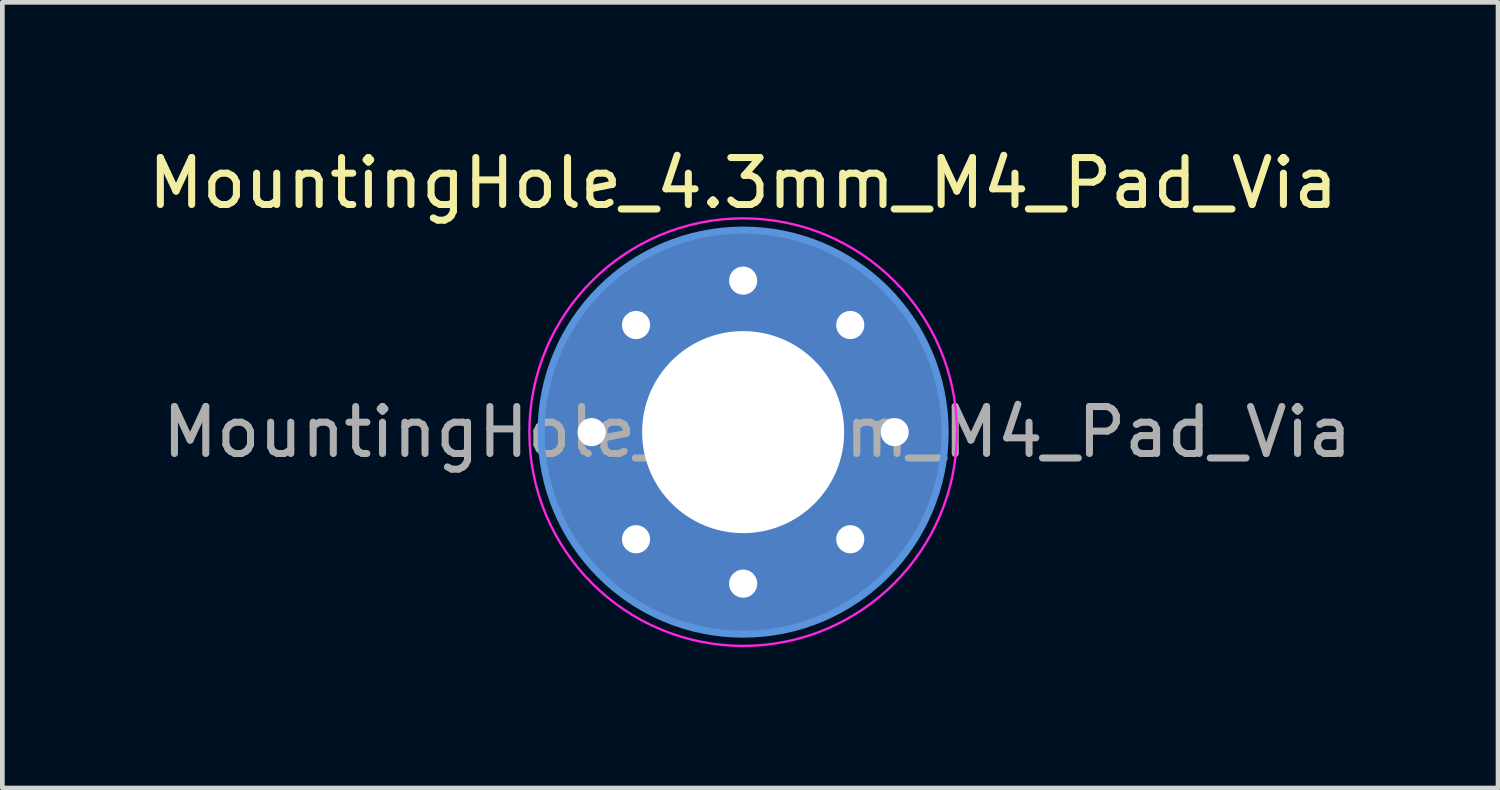
<source format=kicad_pcb>
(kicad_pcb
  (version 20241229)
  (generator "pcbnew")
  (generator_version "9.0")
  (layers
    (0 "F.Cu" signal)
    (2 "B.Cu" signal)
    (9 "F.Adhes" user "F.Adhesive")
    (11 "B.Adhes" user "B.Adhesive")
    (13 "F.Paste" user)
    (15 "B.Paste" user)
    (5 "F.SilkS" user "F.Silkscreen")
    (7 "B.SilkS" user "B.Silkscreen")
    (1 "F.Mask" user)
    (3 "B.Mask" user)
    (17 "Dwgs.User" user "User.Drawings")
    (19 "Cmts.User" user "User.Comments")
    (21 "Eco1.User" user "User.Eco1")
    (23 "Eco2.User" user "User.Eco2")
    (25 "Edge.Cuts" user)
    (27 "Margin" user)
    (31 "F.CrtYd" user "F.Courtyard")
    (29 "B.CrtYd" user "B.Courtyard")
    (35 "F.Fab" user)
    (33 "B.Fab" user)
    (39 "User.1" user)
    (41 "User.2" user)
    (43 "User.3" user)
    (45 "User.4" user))
  (footprint "MountingHole_4.3mm_M4_Pad_Via"
    (layer "F.Cu")
    (at 12.768 6.148)
    (property "Reference" "MountingHole_4.3mm_M4_Pad_Via" (at 0 -5.3 0) (layer "F.SilkS") (effects (font (size 1 1) (thickness 0.15))))
    (attr exclude_from_pos_files exclude_from_bom)
    (fp_circle (center 0 0) (end 4.3 0) (stroke (width 0.15) (type solid)) (fill no) (layer "Cmts.User"))
    (fp_circle (center 0 0) (end 4.55 0) (stroke (width 0.05) (type solid)) (fill no) (layer "F.CrtYd"))
    (fp_text user "${REFERENCE}" (at 0.3 0 0) (layer "F.Fab") (effects (font (size 1 1) (thickness 0.15))))
    (pad "" np_thru_hole circle (at -3.225 0) (size 0.9 0.9) (drill 0.6) (layers "*.Cu" "*.Mask"))
    (pad "" np_thru_hole circle (at -2.28 -2.28) (size 0.9 0.9) (drill 0.6) (layers "*.Cu" "*.Mask"))
    (pad "" np_thru_hole circle (at -2.28 2.28) (size 0.9 0.9) (drill 0.6) (layers "*.Cu" "*.Mask"))
    (pad "" np_thru_hole circle (at 0 -3.225) (size 0.9 0.9) (drill 0.6) (layers "*.Cu" "*.Mask"))
    (pad "" np_thru_hole circle (at 0 0) (size 8.6 8.6) (drill 4.3) (layers "*.Cu" "*.Mask"))
    (pad "" np_thru_hole circle (at 0 3.225) (size 0.9 0.9) (drill 0.6) (layers "*.Cu" "*.Mask"))
    (pad "" np_thru_hole circle (at 2.28 -2.28) (size 0.9 0.9) (drill 0.6) (layers "*.Cu" "*.Mask"))
    (pad "" np_thru_hole circle (at 2.28 2.28) (size 0.9 0.9) (drill 0.6) (layers "*.Cu" "*.Mask"))
    (pad "" np_thru_hole circle (at 3.225 0) (size 0.9 0.9) (drill 0.6) (layers "*.Cu" "*.Mask")))
  (gr_rect
    (start -3 -3)
    (end 28.836 13.723)
    (stroke (width 0.1) (type default))
    (fill no)
    (layer "Edge.Cuts")))
</source>
